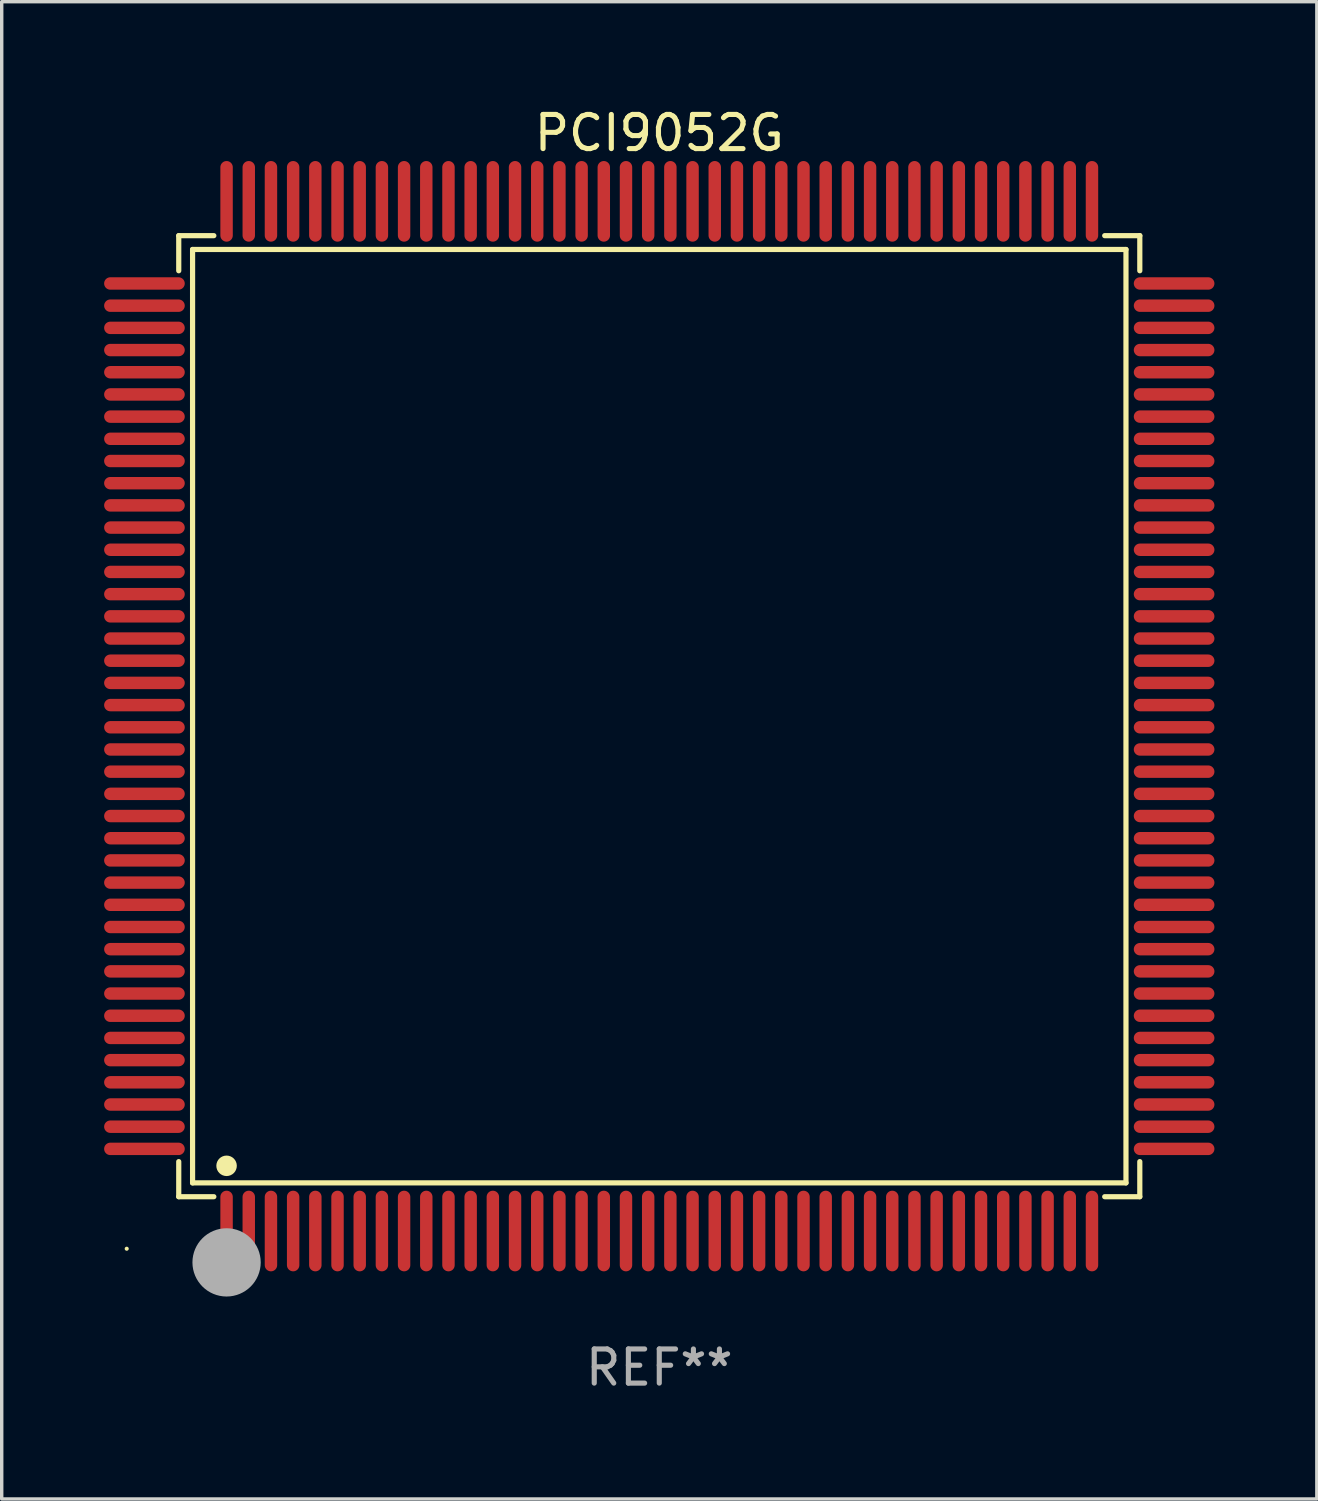
<source format=kicad_pcb>
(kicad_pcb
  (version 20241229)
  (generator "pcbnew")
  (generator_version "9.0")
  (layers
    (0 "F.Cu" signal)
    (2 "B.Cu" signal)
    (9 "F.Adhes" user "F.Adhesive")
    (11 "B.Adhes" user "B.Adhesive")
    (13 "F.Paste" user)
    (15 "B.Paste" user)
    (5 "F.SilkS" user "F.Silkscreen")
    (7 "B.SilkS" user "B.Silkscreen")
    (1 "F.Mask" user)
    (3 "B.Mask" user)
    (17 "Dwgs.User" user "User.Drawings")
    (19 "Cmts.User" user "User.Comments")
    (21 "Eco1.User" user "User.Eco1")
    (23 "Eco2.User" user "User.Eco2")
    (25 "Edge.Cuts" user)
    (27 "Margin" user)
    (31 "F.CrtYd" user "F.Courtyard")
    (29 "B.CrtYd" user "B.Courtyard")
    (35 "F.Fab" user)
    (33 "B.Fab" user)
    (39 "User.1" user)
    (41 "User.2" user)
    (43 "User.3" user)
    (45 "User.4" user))
  (footprint "PCI9052G"
    (layer "F.Cu")
    (at 16.262 17.929)
    (property "Reference" "PCI9052G" (at 0 -17.081 0) (layer "F.SilkS") (effects (font (size 1 1) (thickness 0.15))))
    (attr through_hole)
    (fp_line (start -14.076 -14.076) (end -13.048 -14.076) (stroke (width 0.152) (type solid)) (layer "F.SilkS"))
    (fp_line (start -14.076 -13.048) (end -14.076 -14.076) (stroke (width 0.152) (type solid)) (layer "F.SilkS"))
    (fp_line (start -14.076 13.048) (end -14.076 14.076) (stroke (width 0.152) (type solid)) (layer "F.SilkS"))
    (fp_line (start -14.076 14.076) (end -13.048 14.076) (stroke (width 0.152) (type solid)) (layer "F.SilkS"))
    (fp_line (start -13.671 -13.671) (end 13.671 -13.671) (stroke (width 0.152) (type solid)) (layer "F.SilkS"))
    (fp_line (start -13.671 13.671) (end -13.671 -13.671) (stroke (width 0.152) (type solid)) (layer "F.SilkS"))
    (fp_line (start 13.671 -13.671) (end 13.671 13.671) (stroke (width 0.152) (type solid)) (layer "F.SilkS"))
    (fp_line (start 13.671 13.671) (end -13.671 13.671) (stroke (width 0.152) (type solid)) (layer "F.SilkS"))
    (fp_line (start 14.076 -14.076) (end 13.048 -14.076) (stroke (width 0.152) (type solid)) (layer "F.SilkS"))
    (fp_line (start 14.076 -13.048) (end 14.076 -14.076) (stroke (width 0.152) (type solid)) (layer "F.SilkS"))
    (fp_line (start 14.076 13.048) (end 14.076 14.076) (stroke (width 0.152) (type solid)) (layer "F.SilkS"))
    (fp_line (start 14.076 14.076) (end 13.048 14.076) (stroke (width 0.152) (type solid)) (layer "F.SilkS"))
    (fp_circle (center -15.6 15.6) (end -15.57 15.6) (stroke (width 0.06) (type solid)) (fill no) (layer "F.SilkS"))
    (fp_circle (center -12.675 13.171) (end -12.525 13.171) (stroke (width 0.3) (type solid)) (fill no) (layer "F.SilkS"))
    (fp_circle (center -12.675 16.562) (end -12.575 16.562) (stroke (width 0.2) (type solid)) (fill no) (layer "F.SilkS"))
    (fp_circle (center -12.675 16) (end -12.175 16) (stroke (width 1) (type solid)) (fill no) (layer "F.Fab"))
    (fp_text user "REF**" (at 0 19.081 0) (layer "F.Fab") (effects (font (size 1 1) (thickness 0.15))))
    (pad "1" smd oval (at -12.675 15.081) (size 0.364 2.362) (layers "F.Cu" "F.Mask" "F.Paste"))
    (pad "2" smd oval (at -12.025 15.081) (size 0.364 2.362) (layers "F.Cu" "F.Mask" "F.Paste"))
    (pad "3" smd oval (at -11.375 15.081) (size 0.364 2.362) (layers "F.Cu" "F.Mask" "F.Paste"))
    (pad "4" smd oval (at -10.725 15.081) (size 0.364 2.362) (layers "F.Cu" "F.Mask" "F.Paste"))
    (pad "5" smd oval (at -10.075 15.081) (size 0.364 2.362) (layers "F.Cu" "F.Mask" "F.Paste"))
    (pad "6" smd oval (at -9.425 15.081) (size 0.364 2.362) (layers "F.Cu" "F.Mask" "F.Paste"))
    (pad "7" smd oval (at -8.775 15.081) (size 0.364 2.362) (layers "F.Cu" "F.Mask" "F.Paste"))
    (pad "8" smd oval (at -8.125 15.081) (size 0.364 2.362) (layers "F.Cu" "F.Mask" "F.Paste"))
    (pad "9" smd oval (at -7.475 15.081) (size 0.364 2.362) (layers "F.Cu" "F.Mask" "F.Paste"))
    (pad "10" smd oval (at -6.825 15.081) (size 0.364 2.362) (layers "F.Cu" "F.Mask" "F.Paste"))
    (pad "11" smd oval (at -6.175 15.081) (size 0.364 2.362) (layers "F.Cu" "F.Mask" "F.Paste"))
    (pad "12" smd oval (at -5.525 15.081) (size 0.364 2.362) (layers "F.Cu" "F.Mask" "F.Paste"))
    (pad "13" smd oval (at -4.875 15.081) (size 0.364 2.362) (layers "F.Cu" "F.Mask" "F.Paste"))
    (pad "14" smd oval (at -4.225 15.081) (size 0.364 2.362) (layers "F.Cu" "F.Mask" "F.Paste"))
    (pad "15" smd oval (at -3.575 15.081) (size 0.364 2.362) (layers "F.Cu" "F.Mask" "F.Paste"))
    (pad "16" smd oval (at -2.925 15.081) (size 0.364 2.362) (layers "F.Cu" "F.Mask" "F.Paste"))
    (pad "17" smd oval (at -2.275 15.081) (size 0.364 2.362) (layers "F.Cu" "F.Mask" "F.Paste"))
    (pad "18" smd oval (at -1.625 15.081) (size 0.364 2.362) (layers "F.Cu" "F.Mask" "F.Paste"))
    (pad "19" smd oval (at -0.975 15.081) (size 0.364 2.362) (layers "F.Cu" "F.Mask" "F.Paste"))
    (pad "20" smd oval (at -0.325 15.081) (size 0.364 2.362) (layers "F.Cu" "F.Mask" "F.Paste"))
    (pad "21" smd oval (at 0.325 15.081) (size 0.364 2.362) (layers "F.Cu" "F.Mask" "F.Paste"))
    (pad "22" smd oval (at 0.975 15.081) (size 0.364 2.362) (layers "F.Cu" "F.Mask" "F.Paste"))
    (pad "23" smd oval (at 1.625 15.081) (size 0.364 2.362) (layers "F.Cu" "F.Mask" "F.Paste"))
    (pad "24" smd oval (at 2.275 15.081) (size 0.364 2.362) (layers "F.Cu" "F.Mask" "F.Paste"))
    (pad "25" smd oval (at 2.925 15.081) (size 0.364 2.362) (layers "F.Cu" "F.Mask" "F.Paste"))
    (pad "26" smd oval (at 3.575 15.081) (size 0.364 2.362) (layers "F.Cu" "F.Mask" "F.Paste"))
    (pad "27" smd oval (at 4.225 15.081) (size 0.364 2.362) (layers "F.Cu" "F.Mask" "F.Paste"))
    (pad "28" smd oval (at 4.875 15.081) (size 0.364 2.362) (layers "F.Cu" "F.Mask" "F.Paste"))
    (pad "29" smd oval (at 5.525 15.081) (size 0.364 2.362) (layers "F.Cu" "F.Mask" "F.Paste"))
    (pad "30" smd oval (at 6.175 15.081) (size 0.364 2.362) (layers "F.Cu" "F.Mask" "F.Paste"))
    (pad "31" smd oval (at 6.825 15.081) (size 0.364 2.362) (layers "F.Cu" "F.Mask" "F.Paste"))
    (pad "32" smd oval (at 7.475 15.081) (size 0.364 2.362) (layers "F.Cu" "F.Mask" "F.Paste"))
    (pad "33" smd oval (at 8.125 15.081) (size 0.364 2.362) (layers "F.Cu" "F.Mask" "F.Paste"))
    (pad "34" smd oval (at 8.775 15.081) (size 0.364 2.362) (layers "F.Cu" "F.Mask" "F.Paste"))
    (pad "35" smd oval (at 9.425 15.081) (size 0.364 2.362) (layers "F.Cu" "F.Mask" "F.Paste"))
    (pad "36" smd oval (at 10.075 15.081) (size 0.364 2.362) (layers "F.Cu" "F.Mask" "F.Paste"))
    (pad "37" smd oval (at 10.725 15.081) (size 0.364 2.362) (layers "F.Cu" "F.Mask" "F.Paste"))
    (pad "38" smd oval (at 11.375 15.081) (size 0.364 2.362) (layers "F.Cu" "F.Mask" "F.Paste"))
    (pad "39" smd oval (at 12.025 15.081) (size 0.364 2.362) (layers "F.Cu" "F.Mask" "F.Paste"))
    (pad "40" smd oval (at 12.675 15.081) (size 0.364 2.362) (layers "F.Cu" "F.Mask" "F.Paste"))
    (pad "41" smd oval (at 15.081 12.675) (size 2.362 0.364) (layers "F.Cu" "F.Mask" "F.Paste"))
    (pad "42" smd oval (at 15.081 12.025) (size 2.362 0.364) (layers "F.Cu" "F.Mask" "F.Paste"))
    (pad "43" smd oval (at 15.081 11.375) (size 2.362 0.364) (layers "F.Cu" "F.Mask" "F.Paste"))
    (pad "44" smd oval (at 15.081 10.725) (size 2.362 0.364) (layers "F.Cu" "F.Mask" "F.Paste"))
    (pad "45" smd oval (at 15.081 10.075) (size 2.362 0.364) (layers "F.Cu" "F.Mask" "F.Paste"))
    (pad "46" smd oval (at 15.081 9.425) (size 2.362 0.364) (layers "F.Cu" "F.Mask" "F.Paste"))
    (pad "47" smd oval (at 15.081 8.775) (size 2.362 0.364) (layers "F.Cu" "F.Mask" "F.Paste"))
    (pad "48" smd oval (at 15.081 8.125) (size 2.362 0.364) (layers "F.Cu" "F.Mask" "F.Paste"))
    (pad "49" smd oval (at 15.081 7.475) (size 2.362 0.364) (layers "F.Cu" "F.Mask" "F.Paste"))
    (pad "50" smd oval (at 15.081 6.825) (size 2.362 0.364) (layers "F.Cu" "F.Mask" "F.Paste"))
    (pad "51" smd oval (at 15.081 6.175) (size 2.362 0.364) (layers "F.Cu" "F.Mask" "F.Paste"))
    (pad "52" smd oval (at 15.081 5.525) (size 2.362 0.364) (layers "F.Cu" "F.Mask" "F.Paste"))
    (pad "53" smd oval (at 15.081 4.875) (size 2.362 0.364) (layers "F.Cu" "F.Mask" "F.Paste"))
    (pad "54" smd oval (at 15.081 4.225) (size 2.362 0.364) (layers "F.Cu" "F.Mask" "F.Paste"))
    (pad "55" smd oval (at 15.081 3.575) (size 2.362 0.364) (layers "F.Cu" "F.Mask" "F.Paste"))
    (pad "56" smd oval (at 15.081 2.925) (size 2.362 0.364) (layers "F.Cu" "F.Mask" "F.Paste"))
    (pad "57" smd oval (at 15.081 2.275) (size 2.362 0.364) (layers "F.Cu" "F.Mask" "F.Paste"))
    (pad "58" smd oval (at 15.081 1.625) (size 2.362 0.364) (layers "F.Cu" "F.Mask" "F.Paste"))
    (pad "59" smd oval (at 15.081 0.975) (size 2.362 0.364) (layers "F.Cu" "F.Mask" "F.Paste"))
    (pad "60" smd oval (at 15.081 0.325) (size 2.362 0.364) (layers "F.Cu" "F.Mask" "F.Paste"))
    (pad "61" smd oval (at 15.081 -0.325) (size 2.362 0.364) (layers "F.Cu" "F.Mask" "F.Paste"))
    (pad "62" smd oval (at 15.081 -0.975) (size 2.362 0.364) (layers "F.Cu" "F.Mask" "F.Paste"))
    (pad "63" smd oval (at 15.081 -1.625) (size 2.362 0.364) (layers "F.Cu" "F.Mask" "F.Paste"))
    (pad "64" smd oval (at 15.081 -2.275) (size 2.362 0.364) (layers "F.Cu" "F.Mask" "F.Paste"))
    (pad "65" smd oval (at 15.081 -2.925) (size 2.362 0.364) (layers "F.Cu" "F.Mask" "F.Paste"))
    (pad "66" smd oval (at 15.081 -3.575) (size 2.362 0.364) (layers "F.Cu" "F.Mask" "F.Paste"))
    (pad "67" smd oval (at 15.081 -4.225) (size 2.362 0.364) (layers "F.Cu" "F.Mask" "F.Paste"))
    (pad "68" smd oval (at 15.081 -4.875) (size 2.362 0.364) (layers "F.Cu" "F.Mask" "F.Paste"))
    (pad "69" smd oval (at 15.081 -5.525) (size 2.362 0.364) (layers "F.Cu" "F.Mask" "F.Paste"))
    (pad "70" smd oval (at 15.081 -6.175) (size 2.362 0.364) (layers "F.Cu" "F.Mask" "F.Paste"))
    (pad "71" smd oval (at 15.081 -6.825) (size 2.362 0.364) (layers "F.Cu" "F.Mask" "F.Paste"))
    (pad "72" smd oval (at 15.081 -7.475) (size 2.362 0.364) (layers "F.Cu" "F.Mask" "F.Paste"))
    (pad "73" smd oval (at 15.081 -8.125) (size 2.362 0.364) (layers "F.Cu" "F.Mask" "F.Paste"))
    (pad "74" smd oval (at 15.081 -8.775) (size 2.362 0.364) (layers "F.Cu" "F.Mask" "F.Paste"))
    (pad "75" smd oval (at 15.081 -9.425) (size 2.362 0.364) (layers "F.Cu" "F.Mask" "F.Paste"))
    (pad "76" smd oval (at 15.081 -10.075) (size 2.362 0.364) (layers "F.Cu" "F.Mask" "F.Paste"))
    (pad "77" smd oval (at 15.081 -10.725) (size 2.362 0.364) (layers "F.Cu" "F.Mask" "F.Paste"))
    (pad "78" smd oval (at 15.081 -11.375) (size 2.362 0.364) (layers "F.Cu" "F.Mask" "F.Paste"))
    (pad "79" smd oval (at 15.081 -12.025) (size 2.362 0.364) (layers "F.Cu" "F.Mask" "F.Paste"))
    (pad "80" smd oval (at 15.081 -12.675) (size 2.362 0.364) (layers "F.Cu" "F.Mask" "F.Paste"))
    (pad "81" smd oval (at 12.675 -15.081) (size 0.364 2.362) (layers "F.Cu" "F.Mask" "F.Paste"))
    (pad "82" smd oval (at 12.025 -15.081) (size 0.364 2.362) (layers "F.Cu" "F.Mask" "F.Paste"))
    (pad "83" smd oval (at 11.375 -15.081) (size 0.364 2.362) (layers "F.Cu" "F.Mask" "F.Paste"))
    (pad "84" smd oval (at 10.725 -15.081) (size 0.364 2.362) (layers "F.Cu" "F.Mask" "F.Paste"))
    (pad "85" smd oval (at 10.075 -15.081) (size 0.364 2.362) (layers "F.Cu" "F.Mask" "F.Paste"))
    (pad "86" smd oval (at 9.425 -15.081) (size 0.364 2.362) (layers "F.Cu" "F.Mask" "F.Paste"))
    (pad "87" smd oval (at 8.775 -15.081) (size 0.364 2.362) (layers "F.Cu" "F.Mask" "F.Paste"))
    (pad "88" smd oval (at 8.125 -15.081) (size 0.364 2.362) (layers "F.Cu" "F.Mask" "F.Paste"))
    (pad "89" smd oval (at 7.475 -15.081) (size 0.364 2.362) (layers "F.Cu" "F.Mask" "F.Paste"))
    (pad "90" smd oval (at 6.825 -15.081) (size 0.364 2.362) (layers "F.Cu" "F.Mask" "F.Paste"))
    (pad "91" smd oval (at 6.175 -15.081) (size 0.364 2.362) (layers "F.Cu" "F.Mask" "F.Paste"))
    (pad "92" smd oval (at 5.525 -15.081) (size 0.364 2.362) (layers "F.Cu" "F.Mask" "F.Paste"))
    (pad "93" smd oval (at 4.875 -15.081) (size 0.364 2.362) (layers "F.Cu" "F.Mask" "F.Paste"))
    (pad "94" smd oval (at 4.225 -15.081) (size 0.364 2.362) (layers "F.Cu" "F.Mask" "F.Paste"))
    (pad "95" smd oval (at 3.575 -15.081) (size 0.364 2.362) (layers "F.Cu" "F.Mask" "F.Paste"))
    (pad "96" smd oval (at 2.925 -15.081) (size 0.364 2.362) (layers "F.Cu" "F.Mask" "F.Paste"))
    (pad "97" smd oval (at 2.275 -15.081) (size 0.364 2.362) (layers "F.Cu" "F.Mask" "F.Paste"))
    (pad "98" smd oval (at 1.625 -15.081) (size 0.364 2.362) (layers "F.Cu" "F.Mask" "F.Paste"))
    (pad "99" smd oval (at 0.975 -15.081) (size 0.364 2.362) (layers "F.Cu" "F.Mask" "F.Paste"))
    (pad "100" smd oval (at 0.325 -15.081) (size 0.364 2.362) (layers "F.Cu" "F.Mask" "F.Paste"))
    (pad "101" smd oval (at -0.325 -15.081) (size 0.364 2.362) (layers "F.Cu" "F.Mask" "F.Paste"))
    (pad "102" smd oval (at -0.975 -15.081) (size 0.364 2.362) (layers "F.Cu" "F.Mask" "F.Paste"))
    (pad "103" smd oval (at -1.625 -15.081) (size 0.364 2.362) (layers "F.Cu" "F.Mask" "F.Paste"))
    (pad "104" smd oval (at -2.275 -15.081) (size 0.364 2.362) (layers "F.Cu" "F.Mask" "F.Paste"))
    (pad "105" smd oval (at -2.925 -15.081) (size 0.364 2.362) (layers "F.Cu" "F.Mask" "F.Paste"))
    (pad "106" smd oval (at -3.575 -15.081) (size 0.364 2.362) (layers "F.Cu" "F.Mask" "F.Paste"))
    (pad "107" smd oval (at -4.225 -15.081) (size 0.364 2.362) (layers "F.Cu" "F.Mask" "F.Paste"))
    (pad "108" smd oval (at -4.875 -15.081) (size 0.364 2.362) (layers "F.Cu" "F.Mask" "F.Paste"))
    (pad "109" smd oval (at -5.525 -15.081) (size 0.364 2.362) (layers "F.Cu" "F.Mask" "F.Paste"))
    (pad "110" smd oval (at -6.175 -15.081) (size 0.364 2.362) (layers "F.Cu" "F.Mask" "F.Paste"))
    (pad "111" smd oval (at -6.825 -15.081) (size 0.364 2.362) (layers "F.Cu" "F.Mask" "F.Paste"))
    (pad "112" smd oval (at -7.475 -15.081) (size 0.364 2.362) (layers "F.Cu" "F.Mask" "F.Paste"))
    (pad "113" smd oval (at -8.125 -15.081) (size 0.364 2.362) (layers "F.Cu" "F.Mask" "F.Paste"))
    (pad "114" smd oval (at -8.775 -15.081) (size 0.364 2.362) (layers "F.Cu" "F.Mask" "F.Paste"))
    (pad "115" smd oval (at -9.425 -15.081) (size 0.364 2.362) (layers "F.Cu" "F.Mask" "F.Paste"))
    (pad "116" smd oval (at -10.075 -15.081) (size 0.364 2.362) (layers "F.Cu" "F.Mask" "F.Paste"))
    (pad "117" smd oval (at -10.725 -15.081) (size 0.364 2.362) (layers "F.Cu" "F.Mask" "F.Paste"))
    (pad "118" smd oval (at -11.375 -15.081) (size 0.364 2.362) (layers "F.Cu" "F.Mask" "F.Paste"))
    (pad "119" smd oval (at -12.025 -15.081) (size 0.364 2.362) (layers "F.Cu" "F.Mask" "F.Paste"))
    (pad "120" smd oval (at -12.675 -15.081) (size 0.364 2.362) (layers "F.Cu" "F.Mask" "F.Paste"))
    (pad "121" smd oval (at -15.081 -12.675) (size 2.362 0.364) (layers "F.Cu" "F.Mask" "F.Paste"))
    (pad "122" smd oval (at -15.081 -12.025) (size 2.362 0.364) (layers "F.Cu" "F.Mask" "F.Paste"))
    (pad "123" smd oval (at -15.081 -11.375) (size 2.362 0.364) (layers "F.Cu" "F.Mask" "F.Paste"))
    (pad "124" smd oval (at -15.081 -10.725) (size 2.362 0.364) (layers "F.Cu" "F.Mask" "F.Paste"))
    (pad "125" smd oval (at -15.081 -10.075) (size 2.362 0.364) (layers "F.Cu" "F.Mask" "F.Paste"))
    (pad "126" smd oval (at -15.081 -9.425) (size 2.362 0.364) (layers "F.Cu" "F.Mask" "F.Paste"))
    (pad "127" smd oval (at -15.081 -8.775) (size 2.362 0.364) (layers "F.Cu" "F.Mask" "F.Paste"))
    (pad "128" smd oval (at -15.081 -8.125) (size 2.362 0.364) (layers "F.Cu" "F.Mask" "F.Paste"))
    (pad "129" smd oval (at -15.081 -7.475) (size 2.362 0.364) (layers "F.Cu" "F.Mask" "F.Paste"))
    (pad "130" smd oval (at -15.081 -6.825) (size 2.362 0.364) (layers "F.Cu" "F.Mask" "F.Paste"))
    (pad "131" smd oval (at -15.081 -6.175) (size 2.362 0.364) (layers "F.Cu" "F.Mask" "F.Paste"))
    (pad "132" smd oval (at -15.081 -5.525) (size 2.362 0.364) (layers "F.Cu" "F.Mask" "F.Paste"))
    (pad "133" smd oval (at -15.081 -4.875) (size 2.362 0.364) (layers "F.Cu" "F.Mask" "F.Paste"))
    (pad "134" smd oval (at -15.081 -4.225) (size 2.362 0.364) (layers "F.Cu" "F.Mask" "F.Paste"))
    (pad "135" smd oval (at -15.081 -3.575) (size 2.362 0.364) (layers "F.Cu" "F.Mask" "F.Paste"))
    (pad "136" smd oval (at -15.081 -2.925) (size 2.362 0.364) (layers "F.Cu" "F.Mask" "F.Paste"))
    (pad "137" smd oval (at -15.081 -2.275) (size 2.362 0.364) (layers "F.Cu" "F.Mask" "F.Paste"))
    (pad "138" smd oval (at -15.081 -1.625) (size 2.362 0.364) (layers "F.Cu" "F.Mask" "F.Paste"))
    (pad "139" smd oval (at -15.081 -0.975) (size 2.362 0.364) (layers "F.Cu" "F.Mask" "F.Paste"))
    (pad "140" smd oval (at -15.081 -0.325) (size 2.362 0.364) (layers "F.Cu" "F.Mask" "F.Paste"))
    (pad "141" smd oval (at -15.081 0.325) (size 2.362 0.364) (layers "F.Cu" "F.Mask" "F.Paste"))
    (pad "142" smd oval (at -15.081 0.975) (size 2.362 0.364) (layers "F.Cu" "F.Mask" "F.Paste"))
    (pad "143" smd oval (at -15.081 1.625) (size 2.362 0.364) (layers "F.Cu" "F.Mask" "F.Paste"))
    (pad "144" smd oval (at -15.081 2.275) (size 2.362 0.364) (layers "F.Cu" "F.Mask" "F.Paste"))
    (pad "145" smd oval (at -15.081 2.925) (size 2.362 0.364) (layers "F.Cu" "F.Mask" "F.Paste"))
    (pad "146" smd oval (at -15.081 3.575) (size 2.362 0.364) (layers "F.Cu" "F.Mask" "F.Paste"))
    (pad "147" smd oval (at -15.081 4.225) (size 2.362 0.364) (layers "F.Cu" "F.Mask" "F.Paste"))
    (pad "148" smd oval (at -15.081 4.875) (size 2.362 0.364) (layers "F.Cu" "F.Mask" "F.Paste"))
    (pad "149" smd oval (at -15.081 5.525) (size 2.362 0.364) (layers "F.Cu" "F.Mask" "F.Paste"))
    (pad "150" smd oval (at -15.081 6.175) (size 2.362 0.364) (layers "F.Cu" "F.Mask" "F.Paste"))
    (pad "151" smd oval (at -15.081 6.825) (size 2.362 0.364) (layers "F.Cu" "F.Mask" "F.Paste"))
    (pad "152" smd oval (at -15.081 7.475) (size 2.362 0.364) (layers "F.Cu" "F.Mask" "F.Paste"))
    (pad "153" smd oval (at -15.081 8.125) (size 2.362 0.364) (layers "F.Cu" "F.Mask" "F.Paste"))
    (pad "154" smd oval (at -15.081 8.775) (size 2.362 0.364) (layers "F.Cu" "F.Mask" "F.Paste"))
    (pad "155" smd oval (at -15.081 9.425) (size 2.362 0.364) (layers "F.Cu" "F.Mask" "F.Paste"))
    (pad "156" smd oval (at -15.081 10.075) (size 2.362 0.364) (layers "F.Cu" "F.Mask" "F.Paste"))
    (pad "157" smd oval (at -15.081 10.725) (size 2.362 0.364) (layers "F.Cu" "F.Mask" "F.Paste"))
    (pad "158" smd oval (at -15.081 11.375) (size 2.362 0.364) (layers "F.Cu" "F.Mask" "F.Paste"))
    (pad "159" smd oval (at -15.081 12.025) (size 2.362 0.364) (layers "F.Cu" "F.Mask" "F.Paste"))
    (pad "160" smd oval (at -15.081 12.675) (size 2.362 0.364) (layers "F.Cu" "F.Mask" "F.Paste")))
  (gr_rect
    (start -3 -3)
    (end 35.524 40.859)
    (stroke (width 0.1) (type default))
    (fill no)
    (layer "Edge.Cuts")))
</source>
